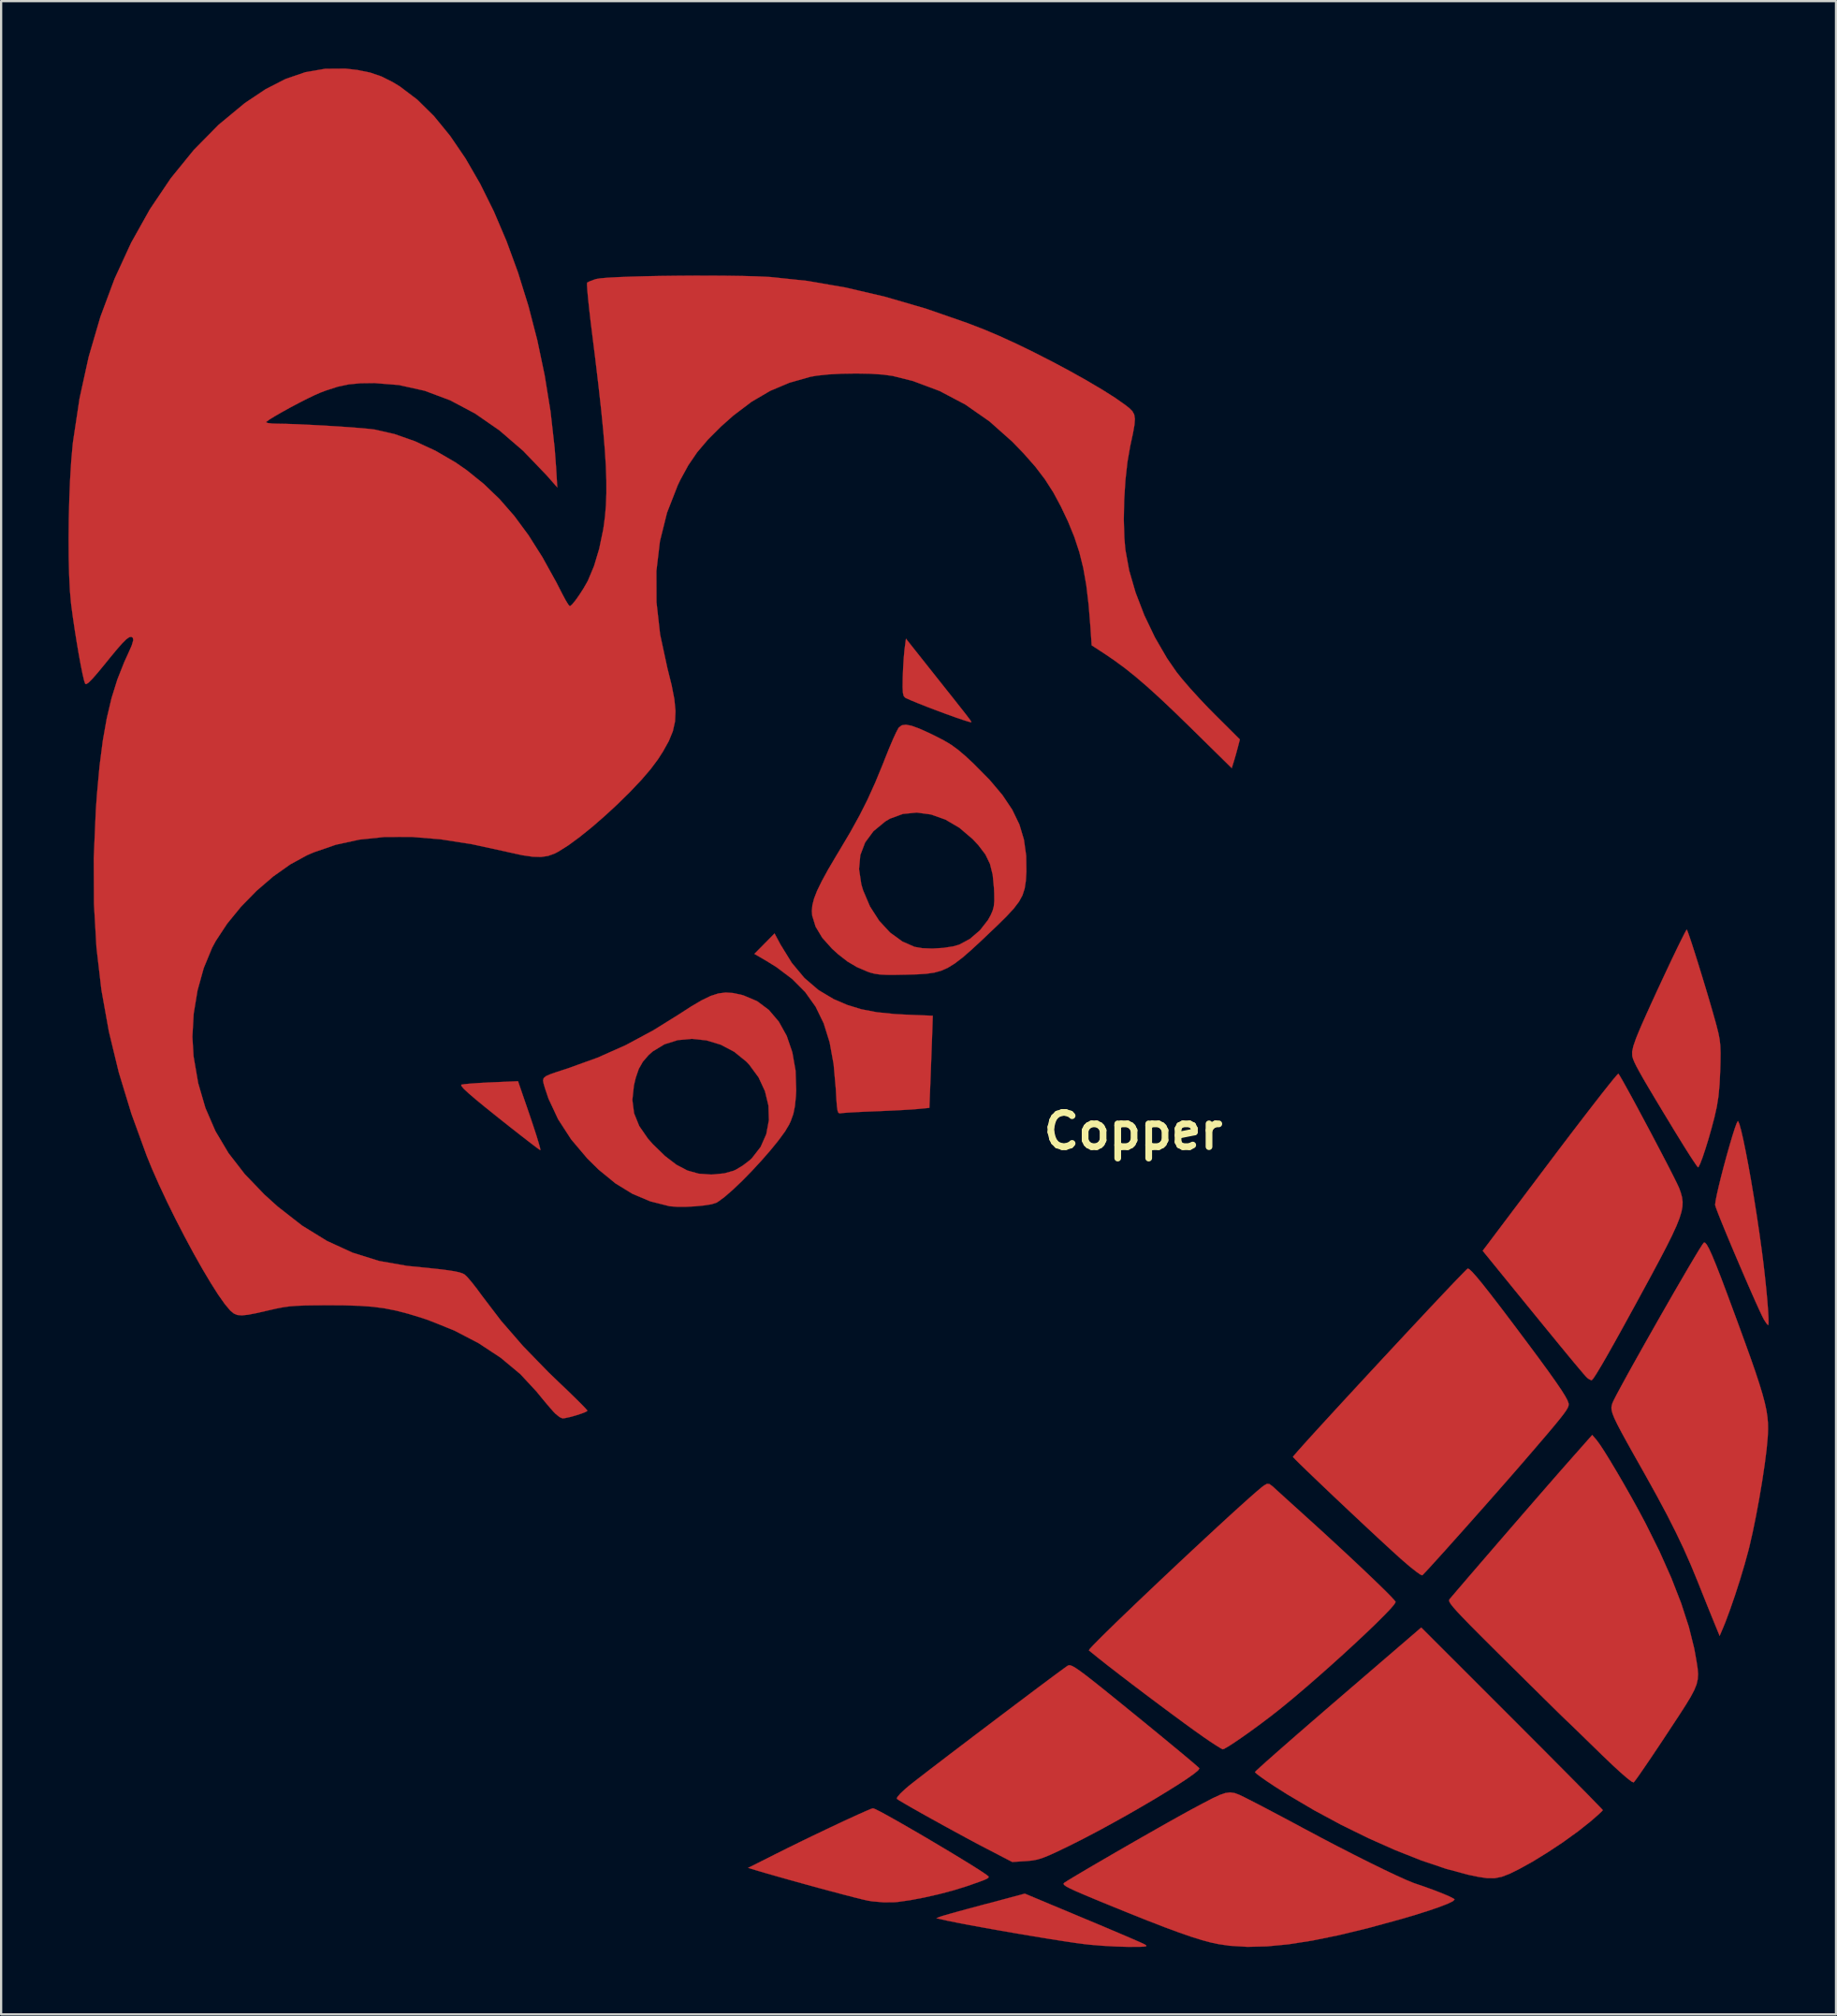
<source format=kicad_pcb>
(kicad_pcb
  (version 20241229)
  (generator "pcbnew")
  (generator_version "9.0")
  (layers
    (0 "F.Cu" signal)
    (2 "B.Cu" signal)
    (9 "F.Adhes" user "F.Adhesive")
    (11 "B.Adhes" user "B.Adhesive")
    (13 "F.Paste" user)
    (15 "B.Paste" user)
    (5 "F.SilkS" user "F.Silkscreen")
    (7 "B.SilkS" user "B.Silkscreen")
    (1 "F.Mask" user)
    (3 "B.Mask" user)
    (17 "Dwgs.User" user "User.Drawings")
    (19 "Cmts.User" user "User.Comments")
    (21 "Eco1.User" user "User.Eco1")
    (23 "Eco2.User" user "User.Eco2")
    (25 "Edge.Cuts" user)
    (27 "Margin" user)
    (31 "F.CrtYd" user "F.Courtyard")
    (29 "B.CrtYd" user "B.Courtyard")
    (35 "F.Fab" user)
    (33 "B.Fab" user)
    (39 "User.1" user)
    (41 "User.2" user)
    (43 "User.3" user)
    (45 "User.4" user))
  (footprint "Copper"
    (layer "F.Cu")
    (at 47.404 47.307)
    (property "Reference" "Copper" (at 0 0 0) (layer "F.SilkS") (effects (font (size 1.524 1.524) (thickness 0.3))))
    (attr through_hole)
    (fp_poly (pts (xy -26.863 -0.689) (xy -26.704 -0.214) (xy -26.569 0.201) (xy -26.469 0.532) (xy -26.408 0.754) (xy -26.396 0.843) (xy -26.398 0.844) (xy -26.477 0.792) (xy -26.672 0.649) (xy -26.962 0.426) (xy -27.332 0.139) (xy -27.763 -0.199) (xy -28.237 -0.575) (xy -28.254 -0.588) (xy -28.824 -1.045) (xy -29.267 -1.409) (xy -29.589 -1.685) (xy -29.8 -1.882) (xy -29.907 -2.006) (xy -29.918 -2.066) (xy -29.911 -2.07) (xy -29.779 -2.093) (xy -29.513 -2.118) (xy -29.148 -2.144) (xy -28.718 -2.168) (xy -28.581 -2.174) (xy -27.39 -2.225) (xy -26.863 -0.689)) (stroke (width 0.01) (type solid)) (fill yes) (layer "F.Cu"))
    (fp_poly (pts (xy -8.726 -20.169) (xy -8.279 -19.606) (xy -7.926 -19.161) (xy -7.658 -18.822) (xy -7.463 -18.573) (xy -7.331 -18.401) (xy -7.251 -18.293) (xy -7.213 -18.233) (xy -7.207 -18.209) (xy -7.222 -18.205) (xy -7.247 -18.209) (xy -7.25 -18.21) (xy -7.361 -18.239) (xy -7.586 -18.31) (xy -7.878 -18.409) (xy -7.915 -18.423) (xy -8.326 -18.57) (xy -8.765 -18.733) (xy -9.196 -18.898) (xy -9.587 -19.053) (xy -9.903 -19.183) (xy -10.11 -19.276) (xy -10.159 -19.302) (xy -10.219 -19.374) (xy -10.254 -19.519) (xy -10.267 -19.766) (xy -10.262 -20.148) (xy -10.261 -20.211) (xy -10.243 -20.63) (xy -10.218 -21.042) (xy -10.189 -21.38) (xy -10.177 -21.482) (xy -10.118 -21.924) (xy -8.726 -20.169)) (stroke (width 0.01) (type solid)) (fill yes) (layer "F.Cu"))
    (fp_poly (pts (xy -2.277 35.008) (xy -1.65 35.27) (xy -1.066 35.517) (xy -0.544 35.738) (xy -0.106 35.926) (xy 0.229 36.072) (xy 0.44 36.167) (xy 0.497 36.194) (xy 0.579 36.246) (xy 0.584 36.28) (xy 0.492 36.3) (xy 0.282 36.309) (xy -0.069 36.31) (xy -0.254 36.31) (xy -0.779 36.295) (xy -1.37 36.262) (xy -1.934 36.215) (xy -2.171 36.189) (xy -2.583 36.134) (xy -3.118 36.054) (xy -3.746 35.955) (xy -4.439 35.841) (xy -5.166 35.718) (xy -5.898 35.591) (xy -6.605 35.465) (xy -7.258 35.346) (xy -7.827 35.237) (xy -8.282 35.145) (xy -8.551 35.085) (xy -8.763 35.034) (xy -8.573 34.961) (xy -8.437 34.918) (xy -8.164 34.84) (xy -7.782 34.733) (xy -7.316 34.606) (xy -6.795 34.466) (xy -6.605 34.415) (xy -4.828 33.942) (xy -2.277 35.008)) (stroke (width 0.01) (type solid)) (fill yes) (layer "F.Cu"))
    (fp_poly (pts (xy -15.709 -8.317) (xy -15.203 -7.495) (xy -14.642 -6.822) (xy -14.012 -6.282) (xy -13.335 -5.879) (xy -12.732 -5.62) (xy -12.105 -5.428) (xy -11.413 -5.296) (xy -10.617 -5.215) (xy -10.156 -5.19) (xy -8.924 -5.14) (xy -8.948 -4.412) (xy -8.961 -4.057) (xy -8.978 -3.587) (xy -8.998 -3.055) (xy -9.018 -2.517) (xy -9.024 -2.36) (xy -9.076 -1.038) (xy -9.597 -0.988) (xy -9.867 -0.967) (xy -10.262 -0.943) (xy -10.737 -0.919) (xy -11.246 -0.896) (xy -11.472 -0.887) (xy -11.947 -0.868) (xy -12.372 -0.847) (xy -12.714 -0.827) (xy -12.94 -0.809) (xy -13.005 -0.801) (xy -13.077 -0.794) (xy -13.129 -0.826) (xy -13.165 -0.921) (xy -13.192 -1.106) (xy -13.215 -1.406) (xy -13.24 -1.848) (xy -13.242 -1.885) (xy -13.34 -2.989) (xy -13.516 -3.955) (xy -13.78 -4.8) (xy -14.14 -5.541) (xy -14.606 -6.194) (xy -15.187 -6.778) (xy -15.891 -7.308) (xy -16.329 -7.579) (xy -16.867 -7.893) (xy -16.418 -8.347) (xy -15.969 -8.802) (xy -15.709 -8.317)) (stroke (width 0.01) (type solid)) (fill yes) (layer "F.Cu"))
    (fp_poly (pts (xy 26.928 -0.449) (xy 26.988 -0.315) (xy 27.067 -0.032) (xy 27.162 0.381) (xy 27.27 0.905) (xy 27.388 1.522) (xy 27.511 2.213) (xy 27.636 2.96) (xy 27.76 3.743) (xy 27.879 4.543) (xy 27.982 5.284) (xy 28.057 5.87) (xy 28.124 6.455) (xy 28.183 7.017) (xy 28.231 7.532) (xy 28.265 7.975) (xy 28.284 8.323) (xy 28.286 8.551) (xy 28.268 8.636) (xy 28.267 8.636) (xy 28.204 8.571) (xy 28.098 8.411) (xy 28.079 8.38) (xy 27.992 8.21) (xy 27.855 7.918) (xy 27.678 7.528) (xy 27.472 7.061) (xy 27.246 6.542) (xy 27.01 5.994) (xy 26.773 5.439) (xy 26.547 4.902) (xy 26.34 4.404) (xy 26.163 3.97) (xy 26.026 3.623) (xy 25.937 3.385) (xy 25.908 3.282) (xy 25.929 3.105) (xy 25.986 2.816) (xy 26.072 2.439) (xy 26.179 2.003) (xy 26.301 1.534) (xy 26.43 1.06) (xy 26.559 0.607) (xy 26.679 0.203) (xy 26.784 -0.126) (xy 26.866 -0.352) (xy 26.919 -0.449) (xy 26.928 -0.449)) (stroke (width 0.01) (type solid)) (fill yes) (layer "F.Cu"))
    (fp_poly (pts (xy 16.868 26.139) (xy 17.552 26.824) (xy 18.2 27.473) (xy 18.801 28.078) (xy 19.346 28.627) (xy 19.826 29.112) (xy 20.23 29.521) (xy 20.548 29.847) (xy 20.772 30.078) (xy 20.891 30.204) (xy 20.908 30.226) (xy 20.845 30.296) (xy 20.683 30.447) (xy 20.451 30.65) (xy 20.353 30.734) (xy 19.805 31.169) (xy 19.157 31.636) (xy 18.464 32.097) (xy 17.781 32.517) (xy 17.174 32.853) (xy 16.752 33.06) (xy 16.408 33.192) (xy 16.095 33.255) (xy 15.762 33.254) (xy 15.358 33.194) (xy 14.921 33.102) (xy 13.929 32.836) (xy 12.839 32.468) (xy 11.678 32.01) (xy 10.473 31.474) (xy 9.251 30.874) (xy 8.038 30.22) (xy 6.862 29.526) (xy 6.329 29.188) (xy 5.987 28.962) (xy 5.703 28.765) (xy 5.505 28.616) (xy 5.42 28.536) (xy 5.419 28.531) (xy 5.481 28.465) (xy 5.661 28.299) (xy 5.946 28.043) (xy 6.327 27.706) (xy 6.79 27.299) (xy 7.325 26.832) (xy 7.921 26.315) (xy 8.566 25.757) (xy 9.121 25.279) (xy 12.823 22.095) (xy 16.868 26.139)) (stroke (width 0.01) (type solid)) (fill yes) (layer "F.Cu"))
    (fp_poly (pts (xy -11.476 30.183) (xy -11.246 30.299) (xy -10.915 30.479) (xy -10.504 30.71) (xy -10.033 30.98) (xy -9.521 31.276) (xy -8.991 31.588) (xy -8.461 31.903) (xy -7.953 32.208) (xy -7.485 32.493) (xy -7.08 32.744) (xy -6.757 32.951) (xy -6.536 33.1) (xy -6.438 33.18) (xy -6.435 33.187) (xy -6.446 33.228) (xy -6.498 33.27) (xy -6.616 33.326) (xy -6.826 33.406) (xy -7.155 33.522) (xy -7.439 33.62) (xy -8.004 33.795) (xy -8.642 33.964) (xy -9.299 34.113) (xy -9.924 34.232) (xy -10.462 34.309) (xy -10.626 34.324) (xy -11.103 34.329) (xy -11.61 34.286) (xy -11.811 34.254) (xy -12.039 34.203) (xy -12.402 34.113) (xy -12.873 33.991) (xy -13.423 33.845) (xy -14.024 33.683) (xy -14.65 33.511) (xy -15.271 33.339) (xy -15.861 33.172) (xy -16.391 33.02) (xy -16.764 32.91) (xy -17.145 32.795) (xy -15.917 32.177) (xy -15.395 31.916) (xy -14.836 31.642) (xy -14.26 31.363) (xy -13.69 31.09) (xy -13.147 30.834) (xy -12.652 30.603) (xy -12.227 30.409) (xy -11.892 30.261) (xy -11.67 30.168) (xy -11.584 30.141) (xy -11.476 30.183)) (stroke (width 0.01) (type solid)) (fill yes) (layer "F.Cu"))
    (fp_poly (pts (xy 21.671 -2.453) (xy 21.807 -2.218) (xy 21.997 -1.877) (xy 22.23 -1.452) (xy 22.493 -0.964) (xy 22.775 -0.437) (xy 23.065 0.108) (xy 23.35 0.649) (xy 23.619 1.164) (xy 23.861 1.63) (xy 24.062 2.026) (xy 24.212 2.329) (xy 24.299 2.517) (xy 24.309 2.54) (xy 24.383 2.749) (xy 24.435 2.945) (xy 24.46 3.141) (xy 24.453 3.353) (xy 24.408 3.594) (xy 24.32 3.878) (xy 24.184 4.22) (xy 23.995 4.633) (xy 23.746 5.132) (xy 23.434 5.731) (xy 23.052 6.444) (xy 22.595 7.286) (xy 22.39 7.662) (xy 21.889 8.576) (xy 21.465 9.342) (xy 21.114 9.965) (xy 20.835 10.448) (xy 20.626 10.794) (xy 20.486 11.007) (xy 20.411 11.09) (xy 20.405 11.091) (xy 20.303 11.045) (xy 20.218 10.986) (xy 20.16 10.927) (xy 20.045 10.798) (xy 19.87 10.592) (xy 19.628 10.303) (xy 19.314 9.924) (xy 18.923 9.449) (xy 18.45 8.872) (xy 17.889 8.185) (xy 17.234 7.382) (xy 16.481 6.457) (xy 16.097 5.985) (xy 15.559 5.324) (xy 18.551 1.351) (xy 19.093 0.633) (xy 19.606 -0.041) (xy 20.08 -0.659) (xy 20.506 -1.211) (xy 20.875 -1.684) (xy 21.178 -2.067) (xy 21.406 -2.348) (xy 21.551 -2.516) (xy 21.601 -2.56) (xy 21.671 -2.453)) (stroke (width 0.01) (type solid)) (fill yes) (layer "F.Cu"))
    (fp_poly (pts (xy 24.682 -8.897) (xy 24.759 -8.682) (xy 24.869 -8.353) (xy 25.004 -7.934) (xy 25.156 -7.451) (xy 25.318 -6.926) (xy 25.482 -6.385) (xy 25.641 -5.852) (xy 25.787 -5.352) (xy 25.913 -4.908) (xy 25.97 -4.699) (xy 26.052 -4.374) (xy 26.107 -4.095) (xy 26.138 -3.815) (xy 26.15 -3.489) (xy 26.145 -3.071) (xy 26.135 -2.709) (xy 26.105 -2.079) (xy 26.057 -1.558) (xy 25.983 -1.091) (xy 25.877 -0.618) (xy 25.745 -0.12) (xy 25.608 0.361) (xy 25.472 0.8) (xy 25.349 1.169) (xy 25.245 1.441) (xy 25.171 1.589) (xy 25.148 1.609) (xy 25.088 1.539) (xy 24.955 1.345) (xy 24.761 1.047) (xy 24.519 0.664) (xy 24.243 0.217) (xy 24.079 -0.051) (xy 23.624 -0.801) (xy 23.25 -1.422) (xy 22.949 -1.927) (xy 22.713 -2.33) (xy 22.534 -2.646) (xy 22.403 -2.889) (xy 22.313 -3.073) (xy 22.256 -3.212) (xy 22.224 -3.321) (xy 22.218 -3.35) (xy 22.213 -3.538) (xy 22.267 -3.788) (xy 22.387 -4.135) (xy 22.5 -4.413) (xy 22.646 -4.754) (xy 22.834 -5.176) (xy 23.051 -5.657) (xy 23.289 -6.175) (xy 23.536 -6.707) (xy 23.781 -7.231) (xy 24.015 -7.725) (xy 24.227 -8.166) (xy 24.407 -8.532) (xy 24.543 -8.801) (xy 24.626 -8.951) (xy 24.645 -8.974) (xy 24.682 -8.897)) (stroke (width 0.01) (type solid)) (fill yes) (layer "F.Cu"))
    (fp_poly (pts (xy -2.798 23.778) (xy -2.703 23.815) (xy -2.567 23.893) (xy -2.379 24.022) (xy -2.126 24.21) (xy -1.796 24.466) (xy -1.378 24.799) (xy -0.858 25.218) (xy -0.224 25.733) (xy 0.091 25.989) (xy 0.688 26.476) (xy 1.243 26.931) (xy 1.743 27.344) (xy 2.175 27.701) (xy 2.524 27.993) (xy 2.776 28.208) (xy 2.919 28.335) (xy 2.947 28.364) (xy 2.893 28.45) (xy 2.706 28.606) (xy 2.403 28.821) (xy 2.001 29.085) (xy 1.517 29.388) (xy 0.967 29.721) (xy 0.369 30.073) (xy -0.26 30.434) (xy -0.905 30.794) (xy -1.547 31.143) (xy -2.17 31.471) (xy -2.758 31.768) (xy -2.861 31.819) (xy -3.353 32.057) (xy -3.727 32.228) (xy -4.016 32.345) (xy -4.254 32.42) (xy -4.473 32.464) (xy -4.707 32.488) (xy -4.773 32.493) (xy -5.386 32.532) (xy -6.537 31.935) (xy -6.947 31.72) (xy -7.415 31.47) (xy -7.919 31.196) (xy -8.436 30.913) (xy -8.944 30.633) (xy -9.418 30.368) (xy -9.837 30.132) (xy -10.176 29.936) (xy -10.414 29.795) (xy -10.526 29.72) (xy -10.528 29.719) (xy -10.5 29.639) (xy -10.364 29.482) (xy -10.145 29.276) (xy -10.02 29.169) (xy -9.85 29.033) (xy -9.568 28.813) (xy -9.19 28.521) (xy -8.731 28.17) (xy -8.21 27.771) (xy -7.64 27.338) (xy -7.04 26.882) (xy -6.425 26.417) (xy -5.812 25.953) (xy -5.216 25.504) (xy -4.655 25.082) (xy -4.144 24.698) (xy -3.699 24.366) (xy -3.337 24.098) (xy -3.075 23.906) (xy -2.928 23.802) (xy -2.915 23.794) (xy -2.864 23.774) (xy -2.798 23.778)) (stroke (width 0.01) (type solid)) (fill yes) (layer "F.Cu"))
    (fp_poly (pts (xy 4.506 29.462) (xy 4.713 29.538) (xy 4.961 29.657) (xy 5.154 29.755) (xy 5.473 29.918) (xy 5.903 30.142) (xy 6.409 30.409) (xy 6.954 30.698) (xy 7.501 30.991) (xy 7.607 31.048) (xy 8.359 31.449) (xy 9.111 31.842) (xy 9.841 32.216) (xy 10.531 32.562) (xy 11.159 32.87) (xy 11.706 33.129) (xy 12.152 33.331) (xy 12.477 33.465) (xy 12.561 33.494) (xy 13.011 33.648) (xy 13.434 33.803) (xy 13.804 33.949) (xy 14.091 34.073) (xy 14.267 34.164) (xy 14.309 34.204) (xy 14.229 34.28) (xy 13.999 34.392) (xy 13.634 34.534) (xy 13.148 34.701) (xy 12.555 34.888) (xy 11.896 35.082) (xy 10.455 35.476) (xy 9.152 35.791) (xy 7.975 36.031) (xy 6.913 36.197) (xy 5.954 36.289) (xy 5.086 36.31) (xy 4.298 36.262) (xy 3.802 36.19) (xy 3.456 36.117) (xy 3.057 36.009) (xy 2.59 35.864) (xy 2.041 35.673) (xy 1.393 35.434) (xy 0.632 35.139) (xy -0.257 34.784) (xy -0.99 34.486) (xy -1.643 34.218) (xy -2.153 34.005) (xy -2.537 33.84) (xy -2.808 33.714) (xy -2.983 33.622) (xy -3.076 33.554) (xy -3.103 33.504) (xy -3.078 33.465) (xy -3.073 33.461) (xy -2.931 33.369) (xy -2.663 33.205) (xy -2.289 32.983) (xy -1.83 32.713) (xy -1.307 32.408) (xy -0.74 32.08) (xy -0.152 31.74) (xy 0.439 31.402) (xy 1.01 31.077) (xy 1.542 30.776) (xy 2.012 30.513) (xy 2.401 30.298) (xy 2.589 30.196) (xy 3.126 29.909) (xy 3.539 29.694) (xy 3.857 29.547) (xy 4.105 29.462) (xy 4.313 29.435) (xy 4.506 29.462)) (stroke (width 0.01) (type solid)) (fill yes) (layer "F.Cu"))
    (fp_poly (pts (xy 6.066 15.707) (xy 6.212 15.817) (xy 6.291 15.889) (xy 6.45 16.034) (xy 6.704 16.266) (xy 7.024 16.556) (xy 7.38 16.877) (xy 7.535 17.018) (xy 8.161 17.585) (xy 8.774 18.146) (xy 9.36 18.688) (xy 9.909 19.2) (xy 10.406 19.669) (xy 10.839 20.084) (xy 11.196 20.432) (xy 11.464 20.702) (xy 11.631 20.882) (xy 11.684 20.957) (xy 11.622 21.066) (xy 11.446 21.271) (xy 11.172 21.558) (xy 10.813 21.915) (xy 10.385 22.326) (xy 9.902 22.779) (xy 9.38 23.259) (xy 8.833 23.753) (xy 8.276 24.247) (xy 7.725 24.727) (xy 7.193 25.18) (xy 6.696 25.591) (xy 6.519 25.734) (xy 6.128 26.041) (xy 5.709 26.358) (xy 5.288 26.667) (xy 4.888 26.952) (xy 4.532 27.196) (xy 4.246 27.382) (xy 4.053 27.493) (xy 3.987 27.517) (xy 3.895 27.471) (xy 3.695 27.348) (xy 3.42 27.167) (xy 3.167 26.995) (xy 2.775 26.718) (xy 2.294 26.37) (xy 1.748 25.968) (xy 1.16 25.531) (xy 0.556 25.078) (xy -0.041 24.626) (xy -0.607 24.193) (xy -1.118 23.798) (xy -1.549 23.458) (xy -1.877 23.192) (xy -1.975 23.11) (xy -1.929 23.042) (xy -1.772 22.872) (xy -1.515 22.61) (xy -1.171 22.27) (xy -0.753 21.862) (xy -0.273 21.4) (xy 0.256 20.894) (xy 0.822 20.356) (xy 1.411 19.799) (xy 2.011 19.234) (xy 2.611 18.673) (xy 3.196 18.129) (xy 3.754 17.612) (xy 4.274 17.134) (xy 4.742 16.709) (xy 5.145 16.346) (xy 5.471 16.06) (xy 5.708 15.86) (xy 5.825 15.77) (xy 5.957 15.697) (xy 6.066 15.707)) (stroke (width 0.01) (type solid)) (fill yes) (layer "F.Cu"))
    (fp_poly (pts (xy 25.532 5.045) (xy 25.637 5.232) (xy 25.775 5.533) (xy 25.95 5.957) (xy 26.169 6.517) (xy 26.435 7.223) (xy 26.514 7.436) (xy 26.891 8.455) (xy 27.212 9.332) (xy 27.481 10.08) (xy 27.702 10.715) (xy 27.879 11.253) (xy 28.017 11.707) (xy 28.12 12.094) (xy 28.192 12.428) (xy 28.237 12.725) (xy 28.26 12.998) (xy 28.264 13.265) (xy 28.254 13.539) (xy 28.247 13.646) (xy 28.198 14.175) (xy 28.115 14.827) (xy 28.005 15.562) (xy 27.875 16.336) (xy 27.731 17.11) (xy 27.582 17.842) (xy 27.434 18.491) (xy 27.389 18.669) (xy 27.218 19.293) (xy 27.015 19.971) (xy 26.795 20.654) (xy 26.574 21.295) (xy 26.369 21.846) (xy 26.269 22.092) (xy 26.109 22.466) (xy 25.885 21.922) (xy 25.775 21.652) (xy 25.619 21.267) (xy 25.435 20.808) (xy 25.239 20.319) (xy 25.138 20.066) (xy 24.829 19.315) (xy 24.508 18.588) (xy 24.158 17.853) (xy 23.765 17.077) (xy 23.311 16.228) (xy 22.783 15.276) (xy 22.691 15.113) (xy 22.299 14.419) (xy 21.985 13.856) (xy 21.739 13.407) (xy 21.555 13.056) (xy 21.426 12.787) (xy 21.344 12.583) (xy 21.301 12.428) (xy 21.291 12.306) (xy 21.306 12.201) (xy 21.334 12.11) (xy 21.401 11.963) (xy 21.542 11.689) (xy 21.747 11.309) (xy 22.004 10.839) (xy 22.304 10.299) (xy 22.636 9.707) (xy 22.989 9.081) (xy 23.353 8.44) (xy 23.718 7.801) (xy 24.072 7.184) (xy 24.407 6.607) (xy 24.71 6.088) (xy 24.972 5.645) (xy 25.182 5.297) (xy 25.33 5.063) (xy 25.401 4.964) (xy 25.455 4.959) (xy 25.532 5.045)) (stroke (width 0.01) (type solid)) (fill yes) (layer "F.Cu"))
    (fp_poly (pts (xy 20.631 13.75) (xy 20.773 13.943) (xy 20.981 14.261) (xy 21.239 14.678) (xy 21.533 15.17) (xy 21.848 15.711) (xy 22.17 16.278) (xy 22.483 16.844) (xy 22.773 17.386) (xy 22.811 17.458) (xy 23.426 18.695) (xy 23.958 19.888) (xy 24.397 21.017) (xy 24.738 22.066) (xy 24.974 23.014) (xy 25.017 23.246) (xy 25.081 23.609) (xy 25.127 23.906) (xy 25.148 24.16) (xy 25.134 24.394) (xy 25.08 24.628) (xy 24.976 24.886) (xy 24.815 25.19) (xy 24.589 25.562) (xy 24.29 26.025) (xy 23.911 26.601) (xy 23.761 26.829) (xy 23.408 27.362) (xy 23.081 27.85) (xy 22.794 28.273) (xy 22.558 28.615) (xy 22.386 28.857) (xy 22.291 28.98) (xy 22.279 28.991) (xy 22.188 28.953) (xy 21.992 28.803) (xy 21.701 28.551) (xy 21.329 28.209) (xy 20.885 27.785) (xy 20.768 27.67) (xy 20.361 27.274) (xy 19.992 26.915) (xy 19.679 26.61) (xy 19.439 26.379) (xy 19.291 26.238) (xy 19.255 26.204) (xy 19.176 26.128) (xy 18.989 25.946) (xy 18.708 25.67) (xy 18.345 25.312) (xy 17.913 24.886) (xy 17.426 24.405) (xy 16.896 23.88) (xy 16.56 23.548) (xy 15.929 22.921) (xy 15.409 22.402) (xy 14.99 21.98) (xy 14.663 21.644) (xy 14.419 21.384) (xy 14.246 21.188) (xy 14.135 21.047) (xy 14.077 20.948) (xy 14.062 20.882) (xy 14.08 20.838) (xy 14.08 20.838) (xy 14.413 20.448) (xy 14.832 19.959) (xy 15.316 19.396) (xy 15.847 18.781) (xy 16.404 18.135) (xy 16.969 17.483) (xy 17.521 16.846) (xy 18.041 16.248) (xy 18.509 15.71) (xy 18.906 15.256) (xy 19.209 14.911) (xy 20.436 13.523) (xy 20.631 13.75)) (stroke (width 0.01) (type solid)) (fill yes) (layer "F.Cu"))
    (fp_poly (pts (xy 14.962 6.143) (xy 15.09 6.262) (xy 15.284 6.479) (xy 15.551 6.802) (xy 15.895 7.239) (xy 16.325 7.796) (xy 16.844 8.482) (xy 16.992 8.678) (xy 17.586 9.471) (xy 18.082 10.139) (xy 18.487 10.695) (xy 18.807 11.146) (xy 19.051 11.503) (xy 19.223 11.777) (xy 19.331 11.975) (xy 19.382 12.109) (xy 19.389 12.156) (xy 19.38 12.225) (xy 19.347 12.312) (xy 19.279 12.428) (xy 19.166 12.588) (xy 18.998 12.804) (xy 18.764 13.091) (xy 18.453 13.46) (xy 18.055 13.926) (xy 17.56 14.501) (xy 17.361 14.732) (xy 17.006 15.141) (xy 16.601 15.604) (xy 16.161 16.105) (xy 15.699 16.629) (xy 15.229 17.159) (xy 14.766 17.68) (xy 14.322 18.177) (xy 13.913 18.634) (xy 13.552 19.034) (xy 13.253 19.363) (xy 13.03 19.605) (xy 12.897 19.744) (xy 12.868 19.771) (xy 12.78 19.735) (xy 12.593 19.603) (xy 12.331 19.396) (xy 12.02 19.131) (xy 11.92 19.042) (xy 11.636 18.786) (xy 11.279 18.459) (xy 10.867 18.078) (xy 10.414 17.656) (xy 9.936 17.209) (xy 9.45 16.752) (xy 8.97 16.299) (xy 8.513 15.865) (xy 8.095 15.466) (xy 7.731 15.117) (xy 7.437 14.832) (xy 7.229 14.626) (xy 7.123 14.514) (xy 7.112 14.498) (xy 7.168 14.424) (xy 7.328 14.239) (xy 7.582 13.955) (xy 7.916 13.585) (xy 8.32 13.142) (xy 8.783 12.637) (xy 9.292 12.083) (xy 9.836 11.494) (xy 10.404 10.88) (xy 10.983 10.255) (xy 11.563 9.631) (xy 12.132 9.02) (xy 12.678 8.436) (xy 13.19 7.889) (xy 13.656 7.394) (xy 14.065 6.962) (xy 14.405 6.605) (xy 14.665 6.337) (xy 14.832 6.169) (xy 14.894 6.114) (xy 14.962 6.143)) (stroke (width 0.01) (type solid)) (fill yes) (layer "F.Cu"))
    (fp_poly (pts (xy -17.824 -6.152) (xy -17.466 -6.077) (xy -17.354 -6.046) (xy -16.749 -5.791) (xy -16.221 -5.397) (xy -15.779 -4.876) (xy -15.428 -4.244) (xy -15.178 -3.514) (xy -15.034 -2.701) (xy -15.005 -1.819) (xy -15.018 -1.566) (xy -15.062 -1.117) (xy -15.133 -0.768) (xy -15.248 -0.449) (xy -15.322 -0.291) (xy -15.506 0.017) (xy -15.789 0.403) (xy -16.145 0.842) (xy -16.552 1.308) (xy -16.984 1.776) (xy -17.419 2.22) (xy -17.832 2.613) (xy -18.198 2.931) (xy -18.494 3.147) (xy -18.569 3.189) (xy -18.775 3.253) (xy -19.101 3.305) (xy -19.497 3.344) (xy -19.914 3.366) (xy -20.304 3.366) (xy -20.615 3.343) (xy -20.659 3.336) (xy -21.505 3.122) (xy -22.295 2.789) (xy -23.053 2.324) (xy -23.8 1.713) (xy -24.305 1.216) (xy -25.023 0.367) (xy -25.605 -0.531) (xy -26.007 -1.392) (xy -22.3 -1.392) (xy -22.223 -0.797) (xy -21.994 -0.23) (xy -21.607 0.331) (xy -21.39 0.575) (xy -20.846 1.105) (xy -20.341 1.492) (xy -19.85 1.75) (xy -19.346 1.891) (xy -18.802 1.93) (xy -18.711 1.927) (xy -18.205 1.877) (xy -17.804 1.764) (xy -17.687 1.712) (xy -17.382 1.528) (xy -17.076 1.294) (xy -16.98 1.205) (xy -16.589 0.702) (xy -16.336 0.128) (xy -16.22 -0.493) (xy -16.24 -1.137) (xy -16.395 -1.78) (xy -16.682 -2.398) (xy -17.101 -2.966) (xy -17.224 -3.096) (xy -17.762 -3.533) (xy -18.363 -3.85) (xy -19 -4.043) (xy -19.648 -4.112) (xy -20.28 -4.054) (xy -20.87 -3.868) (xy -21.391 -3.552) (xy -21.583 -3.381) (xy -21.833 -3.091) (xy -22.014 -2.772) (xy -22.151 -2.372) (xy -22.231 -2.033) (xy -22.3 -1.392) (xy -26.007 -1.392) (xy -26.037 -1.456) (xy -26.194 -1.926) (xy -26.251 -2.119) (xy -26.276 -2.259) (xy -26.248 -2.363) (xy -26.147 -2.45) (xy -25.949 -2.538) (xy -25.634 -2.647) (xy -25.188 -2.791) (xy -23.853 -3.272) (xy -22.597 -3.83) (xy -21.367 -4.491) (xy -20.262 -5.179) (xy -19.683 -5.552) (xy -19.209 -5.83) (xy -18.814 -6.021) (xy -18.47 -6.132) (xy -18.149 -6.173) (xy -17.824 -6.152)) (stroke (width 0.01) (type solid)) (fill yes) (layer "F.Cu"))
    (fp_poly (pts (xy -9.875 -18.05) (xy -9.535 -17.927) (xy -9.081 -17.724) (xy -8.847 -17.61) (xy -8.439 -17.401) (xy -8.105 -17.201) (xy -7.795 -16.976) (xy -7.461 -16.691) (xy -7.118 -16.372) (xy -6.398 -15.645) (xy -5.823 -14.964) (xy -5.383 -14.306) (xy -5.067 -13.651) (xy -4.865 -12.977) (xy -4.766 -12.263) (xy -4.756 -11.556) (xy -4.781 -11.144) (xy -4.833 -10.803) (xy -4.93 -10.502) (xy -5.087 -10.214) (xy -5.321 -9.908) (xy -5.649 -9.554) (xy -6.086 -9.124) (xy -6.156 -9.058) (xy -6.729 -8.513) (xy -7.203 -8.074) (xy -7.6 -7.729) (xy -7.943 -7.467) (xy -8.252 -7.276) (xy -8.551 -7.143) (xy -8.861 -7.058) (xy -9.204 -7.009) (xy -9.604 -6.983) (xy -10.075 -6.969) (xy -10.598 -6.959) (xy -10.986 -6.96) (xy -11.274 -6.975) (xy -11.499 -7.006) (xy -11.694 -7.055) (xy -11.834 -7.104) (xy -12.304 -7.306) (xy -12.719 -7.551) (xy -13.137 -7.876) (xy -13.41 -8.124) (xy -13.844 -8.608) (xy -14.142 -9.106) (xy -14.292 -9.596) (xy -14.308 -9.802) (xy -14.285 -10.059) (xy -14.211 -10.352) (xy -14.076 -10.7) (xy -13.871 -11.122) (xy -13.589 -11.638) (xy -13.572 -11.667) (xy -12.208 -11.667) (xy -12.106 -10.989) (xy -12.028 -10.726) (xy -11.72 -10.004) (xy -11.312 -9.369) (xy -10.824 -8.841) (xy -10.274 -8.442) (xy -9.737 -8.207) (xy -9.385 -8.146) (xy -8.938 -8.13) (xy -8.46 -8.159) (xy -8.019 -8.227) (xy -7.751 -8.303) (xy -7.271 -8.56) (xy -6.826 -8.941) (xy -6.466 -9.401) (xy -6.347 -9.615) (xy -6.258 -9.821) (xy -6.206 -10.017) (xy -6.185 -10.254) (xy -6.189 -10.582) (xy -6.2 -10.823) (xy -6.257 -11.417) (xy -6.377 -11.899) (xy -6.583 -12.321) (xy -6.897 -12.734) (xy -7.153 -13.007) (xy -7.739 -13.506) (xy -8.361 -13.871) (xy -9.001 -14.098) (xy -9.638 -14.184) (xy -10.255 -14.123) (xy -10.83 -13.913) (xy -11.039 -13.789) (xy -11.565 -13.355) (xy -11.936 -12.854) (xy -12.151 -12.29) (xy -12.208 -11.667) (xy -13.572 -11.667) (xy -13.219 -12.267) (xy -13.085 -12.488) (xy -12.599 -13.308) (xy -12.189 -14.048) (xy -11.828 -14.764) (xy -11.49 -15.511) (xy -11.147 -16.343) (xy -11.031 -16.637) (xy -10.859 -17.066) (xy -10.696 -17.448) (xy -10.557 -17.75) (xy -10.456 -17.94) (xy -10.429 -17.978) (xy -10.301 -18.07) (xy -10.123 -18.096) (xy -9.875 -18.05)) (stroke (width 0.01) (type solid)) (fill yes) (layer "F.Cu"))
    (fp_poly (pts (xy -34.544 -47.242) (xy -33.974 -47.126) (xy -33.471 -46.954) (xy -32.966 -46.7) (xy -32.639 -46.5) (xy -31.877 -45.923) (xy -31.134 -45.19) (xy -30.417 -44.314) (xy -29.73 -43.307) (xy -29.079 -42.181) (xy -28.468 -40.949) (xy -27.903 -39.624) (xy -27.389 -38.219) (xy -26.93 -36.745) (xy -26.533 -35.215) (xy -26.203 -33.642) (xy -25.943 -32.039) (xy -25.761 -30.418) (xy -25.696 -29.549) (xy -25.643 -28.66) (xy -26.128 -29.21) (xy -27.162 -30.287) (xy -28.224 -31.202) (xy -29.31 -31.953) (xy -30.418 -32.54) (xy -31.548 -32.962) (xy -32.696 -33.217) (xy -33.782 -33.304) (xy -34.405 -33.296) (xy -34.928 -33.246) (xy -35.417 -33.142) (xy -35.94 -32.973) (xy -36.184 -32.881) (xy -36.442 -32.769) (xy -36.772 -32.61) (xy -37.144 -32.42) (xy -37.528 -32.217) (xy -37.894 -32.015) (xy -38.214 -31.831) (xy -38.455 -31.682) (xy -38.59 -31.584) (xy -38.607 -31.559) (xy -38.531 -31.525) (xy -38.332 -31.502) (xy -38.121 -31.495) (xy -37.719 -31.488) (xy -37.214 -31.471) (xy -36.64 -31.444) (xy -36.033 -31.412) (xy -35.427 -31.375) (xy -34.858 -31.336) (xy -34.361 -31.297) (xy -33.971 -31.26) (xy -33.765 -31.234) (xy -32.896 -31.036) (xy -31.98 -30.715) (xy -31.06 -30.288) (xy -30.178 -29.775) (xy -29.681 -29.432) (xy -28.917 -28.816) (xy -28.213 -28.14) (xy -27.553 -27.384) (xy -26.922 -26.529) (xy -26.305 -25.554) (xy -25.687 -24.439) (xy -25.409 -23.897) (xy -25.269 -23.636) (xy -25.153 -23.447) (xy -25.083 -23.371) (xy -25.081 -23.371) (xy -24.989 -23.442) (xy -24.839 -23.623) (xy -24.658 -23.877) (xy -24.472 -24.168) (xy -24.306 -24.458) (xy -24.276 -24.516) (xy -24.006 -25.159) (xy -23.776 -25.926) (xy -23.6 -26.771) (xy -23.576 -26.924) (xy -23.516 -27.384) (xy -23.476 -27.868) (xy -23.456 -28.393) (xy -23.457 -28.971) (xy -23.48 -29.619) (xy -23.526 -30.349) (xy -23.595 -31.178) (xy -23.688 -32.118) (xy -23.807 -33.186) (xy -23.951 -34.395) (xy -24.081 -35.433) (xy -24.156 -36.036) (xy -24.219 -36.584) (xy -24.269 -37.054) (xy -24.303 -37.423) (xy -24.319 -37.671) (xy -24.315 -37.774) (xy -24.315 -37.775) (xy -24.203 -37.833) (xy -23.995 -37.91) (xy -23.918 -37.935) (xy -23.731 -37.966) (xy -23.396 -37.995) (xy -22.936 -38.02) (xy -22.373 -38.041) (xy -21.729 -38.059) (xy -21.025 -38.073) (xy -20.285 -38.082) (xy -19.529 -38.087) (xy -18.779 -38.086) (xy -18.059 -38.081) (xy -17.39 -38.071) (xy -16.793 -38.055) (xy -16.292 -38.033) (xy -16.13 -38.023) (xy -14.511 -37.852) (xy -12.805 -37.557) (xy -11.035 -37.143) (xy -9.223 -36.615) (xy -7.391 -35.979) (xy -6.646 -35.691) (xy -5.965 -35.403) (xy -5.212 -35.059) (xy -4.416 -34.672) (xy -3.606 -34.258) (xy -2.81 -33.833) (xy -2.058 -33.412) (xy -1.378 -33.01) (xy -0.799 -32.643) (xy -0.379 -32.348) (xy -0.177 -32.191) (xy -0.037 -32.052) (xy 0.045 -31.9) (xy 0.075 -31.707) (xy 0.055 -31.441) (xy -0.01 -31.074) (xy -0.117 -30.576) (xy -0.134 -30.5) (xy -0.258 -29.79) (xy -0.349 -28.969) (xy -0.403 -28.095) (xy -0.42 -27.223) (xy -0.395 -26.409) (xy -0.35 -25.886) (xy -0.181 -24.964) (xy 0.105 -23.979) (xy 0.492 -22.973) (xy 0.965 -21.984) (xy 1.504 -21.055) (xy 1.929 -20.439) (xy 2.183 -20.122) (xy 2.524 -19.726) (xy 2.92 -19.29) (xy 3.336 -18.851) (xy 3.62 -18.563) (xy 4.748 -17.44) (xy 4.655 -17.081) (xy 4.573 -16.778) (xy 4.489 -16.489) (xy 4.474 -16.442) (xy 4.387 -16.162) (xy 2.595 -17.924) (xy 1.853 -18.647) (xy 1.204 -19.261) (xy 0.631 -19.782) (xy 0.113 -20.226) (xy -0.367 -20.611) (xy -0.829 -20.951) (xy -1.242 -21.232) (xy -1.85 -21.63) (xy -1.904 -22.436) (xy -1.985 -23.435) (xy -2.088 -24.3) (xy -2.223 -25.068) (xy -2.398 -25.773) (xy -2.621 -26.451) (xy -2.902 -27.138) (xy -3.22 -27.81) (xy -3.558 -28.438) (xy -3.927 -29.014) (xy -4.355 -29.577) (xy -4.871 -30.163) (xy -5.387 -30.697) (xy -6.395 -31.594) (xy -7.474 -32.347) (xy -8.616 -32.95) (xy -9.808 -33.397) (xy -10.71 -33.622) (xy -11.15 -33.682) (xy -11.705 -33.719) (xy -12.326 -33.731) (xy -12.963 -33.721) (xy -13.566 -33.689) (xy -14.086 -33.634) (xy -14.372 -33.584) (xy -15.304 -33.32) (xy -16.166 -32.956) (xy -16.989 -32.474) (xy -17.804 -31.858) (xy -18.358 -31.365) (xy -18.943 -30.779) (xy -19.415 -30.222) (xy -19.811 -29.642) (xy -20.167 -28.989) (xy -20.28 -28.753) (xy -20.756 -27.535) (xy -21.073 -26.262) (xy -21.23 -24.935) (xy -21.226 -23.551) (xy -21.064 -22.112) (xy -20.741 -20.617) (xy -20.737 -20.6) (xy -20.551 -19.852) (xy -20.43 -19.23) (xy -20.379 -18.702) (xy -20.401 -18.237) (xy -20.498 -17.804) (xy -20.675 -17.371) (xy -20.934 -16.906) (xy -21.163 -16.55) (xy -21.485 -16.119) (xy -21.905 -15.63) (xy -22.402 -15.105) (xy -22.949 -14.567) (xy -23.523 -14.037) (xy -24.098 -13.537) (xy -24.652 -13.091) (xy -25.159 -12.719) (xy -25.595 -12.445) (xy -25.781 -12.35) (xy -26.06 -12.252) (xy -26.368 -12.207) (xy -26.737 -12.218) (xy -27.197 -12.285) (xy -27.779 -12.411) (xy -27.924 -12.446) (xy -29.44 -12.775) (xy -30.838 -12.994) (xy -32.132 -13.101) (xy -33.333 -13.097) (xy -34.452 -12.98) (xy -35.5 -12.752) (xy -36.489 -12.412) (xy -36.781 -12.286) (xy -37.529 -11.878) (xy -38.291 -11.338) (xy -39.035 -10.697) (xy -39.73 -9.985) (xy -40.343 -9.234) (xy -40.843 -8.475) (xy -41.011 -8.164) (xy -41.383 -7.263) (xy -41.659 -6.269) (xy -41.831 -5.233) (xy -41.889 -4.205) (xy -41.837 -3.335) (xy -41.63 -2.138) (xy -41.308 -1.032) (xy -40.861 -0.001) (xy -40.281 0.975) (xy -39.556 1.911) (xy -38.678 2.825) (xy -38.092 3.354) (xy -37.005 4.202) (xy -35.895 4.886) (xy -34.754 5.409) (xy -33.57 5.778) (xy -32.334 5.995) (xy -32.145 6.015) (xy -31.459 6.082) (xy -30.922 6.14) (xy -30.513 6.191) (xy -30.212 6.238) (xy -29.999 6.285) (xy -29.853 6.334) (xy -29.772 6.377) (xy -29.646 6.496) (xy -29.453 6.721) (xy -29.219 7.019) (xy -28.995 7.325) (xy -28.145 8.44) (xy -27.165 9.568) (xy -26.041 10.725) (xy -25.584 11.165) (xy -25.2 11.531) (xy -24.863 11.859) (xy -24.589 12.13) (xy -24.397 12.328) (xy -24.305 12.434) (xy -24.299 12.445) (xy -24.373 12.496) (xy -24.562 12.57) (xy -24.813 12.652) (xy -25.077 12.725) (xy -25.302 12.773) (xy -25.41 12.785) (xy -25.541 12.727) (xy -25.722 12.581) (xy -25.793 12.509) (xy -25.962 12.319) (xy -26.196 12.043) (xy -26.455 11.729) (xy -26.564 11.594) (xy -27.289 10.813) (xy -28.156 10.09) (xy -29.143 9.439) (xy -30.229 8.873) (xy -31.393 8.406) (xy -31.668 8.314) (xy -32.277 8.128) (xy -32.819 7.987) (xy -33.335 7.885) (xy -33.866 7.815) (xy -34.453 7.773) (xy -35.137 7.753) (xy -35.772 7.749) (xy -36.385 7.751) (xy -36.863 7.758) (xy -37.243 7.773) (xy -37.559 7.798) (xy -37.847 7.838) (xy -38.141 7.894) (xy -38.478 7.971) (xy -38.523 7.981) (xy -39.036 8.099) (xy -39.414 8.172) (xy -39.688 8.199) (xy -39.887 8.182) (xy -40.038 8.12) (xy -40.173 8.012) (xy -40.206 7.98) (xy -40.446 7.694) (xy -40.742 7.274) (xy -41.08 6.741) (xy -41.451 6.117) (xy -41.842 5.423) (xy -42.241 4.68) (xy -42.638 3.911) (xy -43.02 3.136) (xy -43.375 2.377) (xy -43.694 1.655) (xy -43.92 1.101) (xy -44.602 -0.772) (xy -45.164 -2.613) (xy -45.608 -4.446) (xy -45.939 -6.293) (xy -46.159 -8.178) (xy -46.271 -10.124) (xy -46.28 -12.155) (xy -46.187 -14.295) (xy -46.138 -14.986) (xy -46.022 -16.254) (xy -45.878 -17.377) (xy -45.701 -18.378) (xy -45.487 -19.281) (xy -45.229 -20.109) (xy -44.922 -20.884) (xy -44.755 -21.248) (xy -44.591 -21.619) (xy -44.521 -21.857) (xy -44.538 -21.965) (xy -44.61 -22.007) (xy -44.703 -21.989) (xy -44.832 -21.898) (xy -45.012 -21.719) (xy -45.258 -21.439) (xy -45.585 -21.043) (xy -45.754 -20.834) (xy -46.091 -20.424) (xy -46.34 -20.139) (xy -46.511 -19.968) (xy -46.616 -19.901) (xy -46.661 -19.918) (xy -46.711 -20.066) (xy -46.778 -20.354) (xy -46.859 -20.752) (xy -46.947 -21.232) (xy -47.038 -21.766) (xy -47.127 -22.325) (xy -47.209 -22.88) (xy -47.279 -23.402) (xy -47.29 -23.495) (xy -47.34 -24.05) (xy -47.374 -24.739) (xy -47.394 -25.531) (xy -47.399 -26.39) (xy -47.39 -27.284) (xy -47.367 -28.18) (xy -47.331 -29.043) (xy -47.282 -29.84) (xy -47.22 -30.538) (xy -47.203 -30.692) (xy -46.913 -32.617) (xy -46.505 -34.475) (xy -45.983 -36.256) (xy -45.352 -37.95) (xy -44.616 -39.549) (xy -43.78 -41.042) (xy -42.85 -42.422) (xy -41.829 -43.678) (xy -40.722 -44.802) (xy -39.556 -45.767) (xy -38.634 -46.384) (xy -37.74 -46.842) (xy -36.858 -47.144) (xy -35.973 -47.296) (xy -35.07 -47.302) (xy -34.544 -47.242)) (stroke (width 0.01) (type solid)) (fill yes) (layer "F.Cu")))
  (gr_rect
    (start -3 -3)
    (end 78.694 86.623)
    (stroke (width 0.1) (type default))
    (fill no)
    (layer "Edge.Cuts")))
</source>
